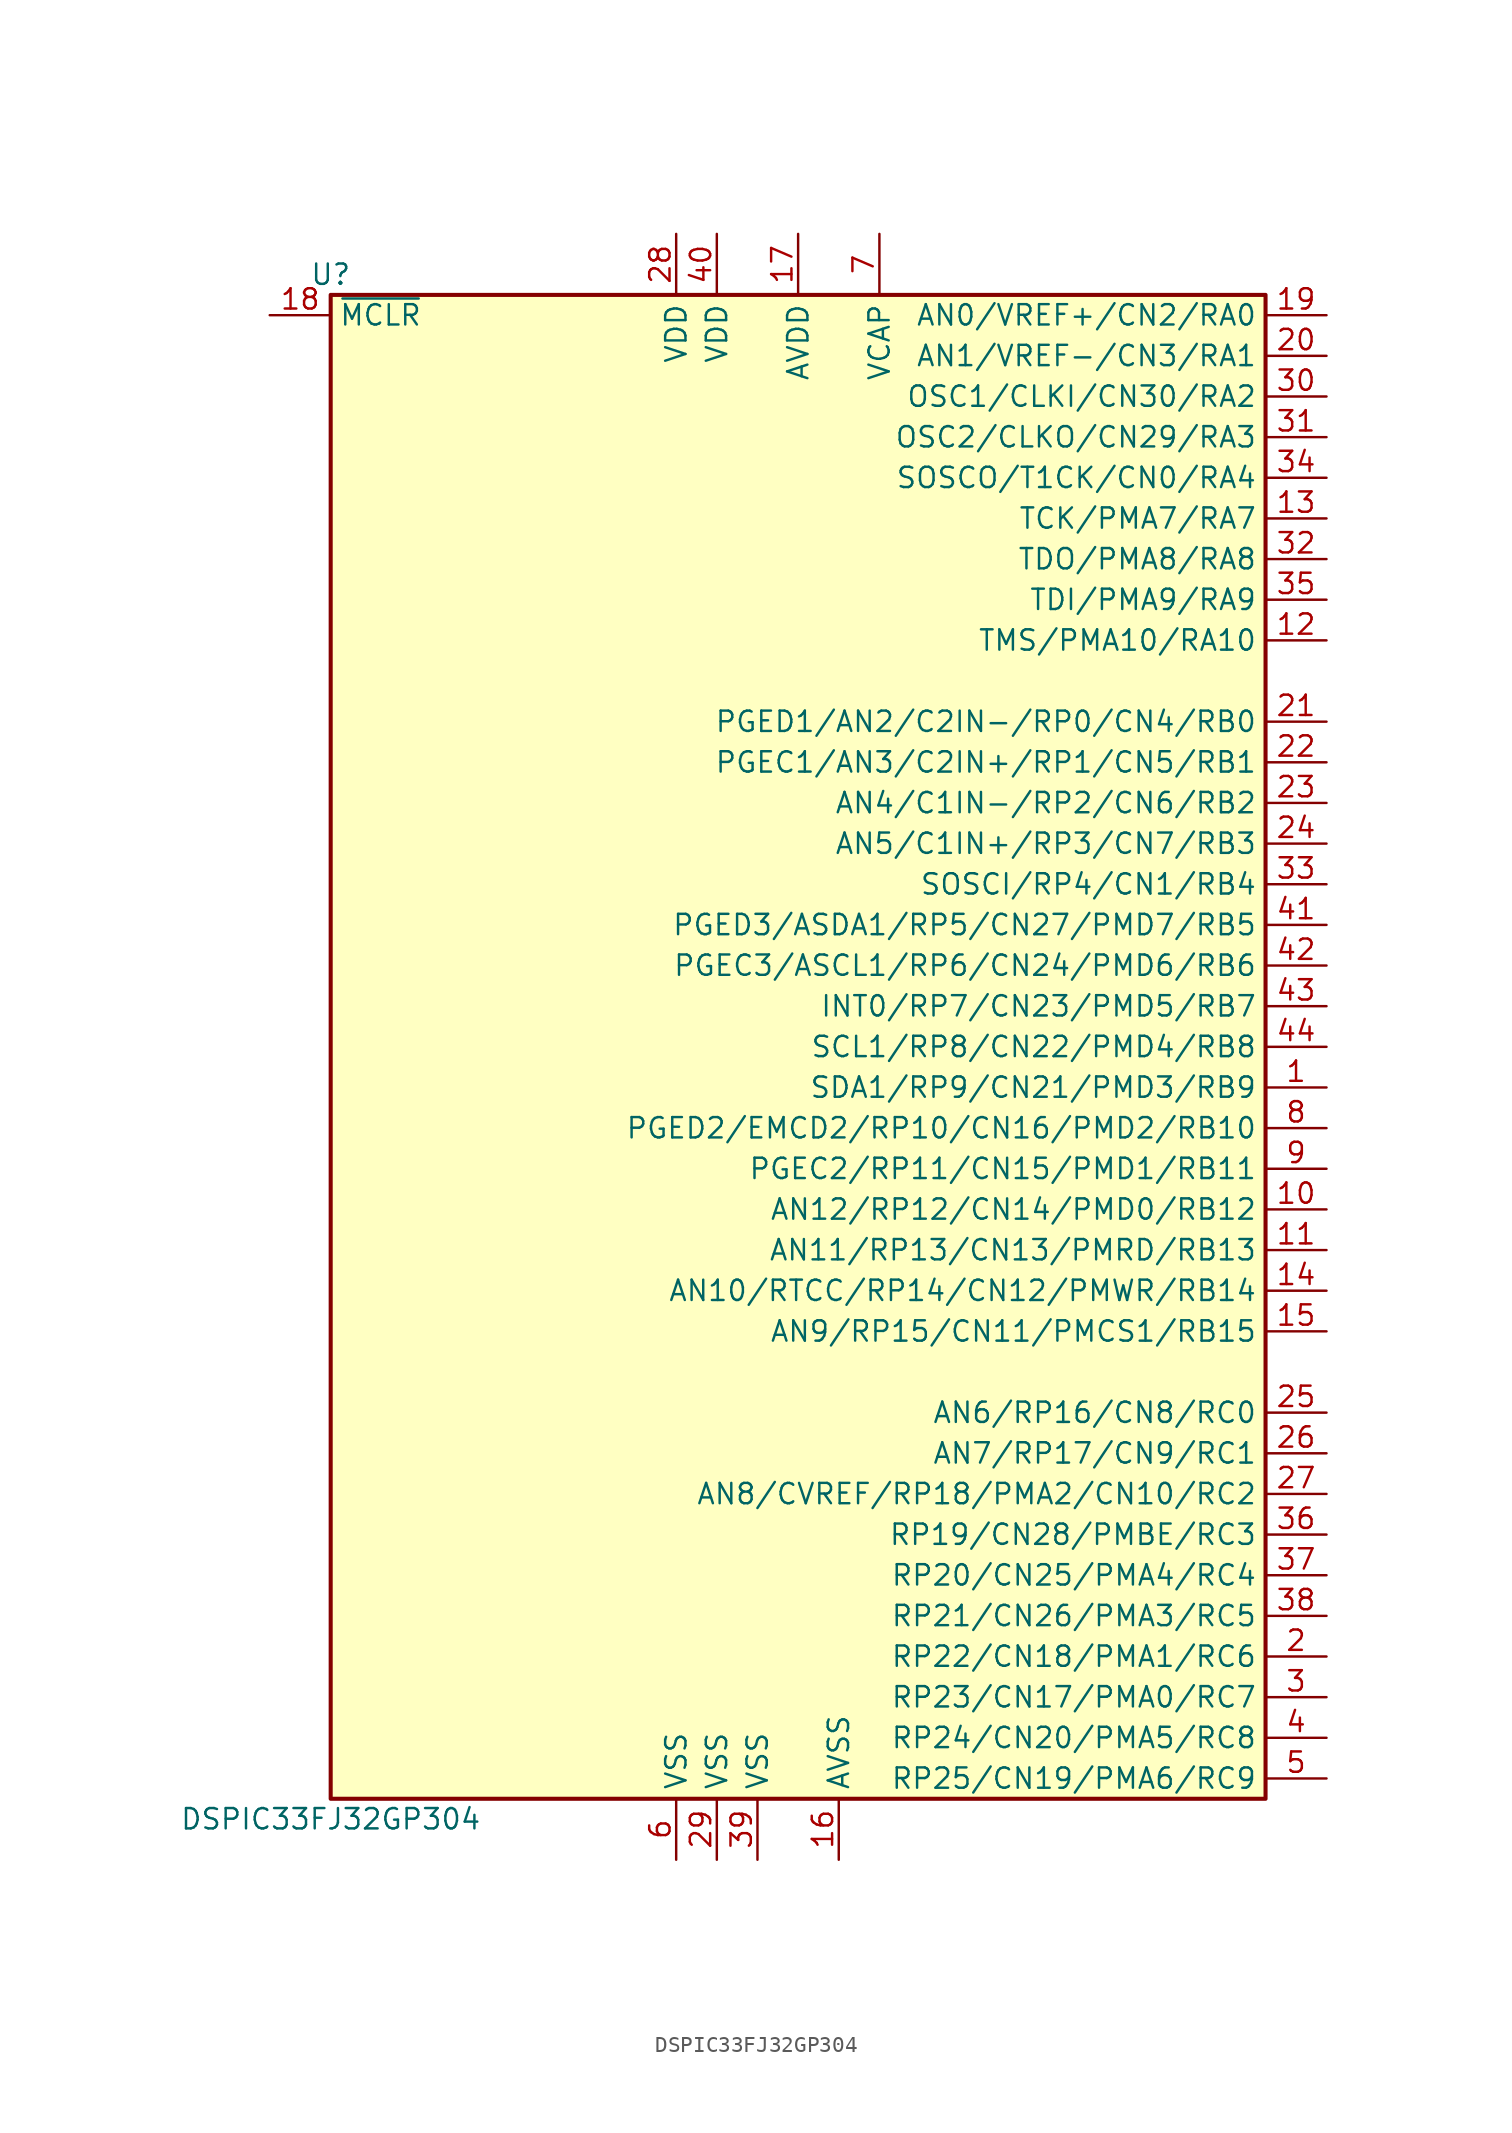
<source format=kicad_sym>
(kicad_symbol_lib
  (version 20211014)
  (generator kicad_symbol_editor)
  (symbol "DSPIC33FJ32GP304"
    (property "Reference" "U"
      (at -29.21 48.26 0)
      (effects (font (size 1.27 1.27))))
    (property "Value" "DSPIC33FJ32GP304"
      (at -29.21 -48.26 0)
      (effects (font (size 1.27 1.27))))
    (symbol "DSPIC33FJ32GP304_1_1"
      (rectangle (start -29.21 46.99) (end 29.21 -46.99) (stroke (width 0.254) (type default) (color 0 0 0 0)) (fill (type background)))
      (pin bidirectional line (at 33.02 -2.54 180) (length 3.81) (name "SDA1/RP9/CN21/PMD3/RB9" (effects (font (size 1.27 1.27)))) (number "1" (effects (font (size 1.27 1.27)))))
      (pin bidirectional line (at 33.02 -10.16 180) (length 3.81) (name "AN12/RP12/CN14/PMD0/RB12" (effects (font (size 1.27 1.27)))) (number "10" (effects (font (size 1.27 1.27)))))
      (pin bidirectional line (at 33.02 -12.7 180) (length 3.81) (name "AN11/RP13/CN13/PMRD/RB13" (effects (font (size 1.27 1.27)))) (number "11" (effects (font (size 1.27 1.27)))))
      (pin bidirectional line (at 33.02 25.4 180) (length 3.81) (name "TMS/PMA10/RA10" (effects (font (size 1.27 1.27)))) (number "12" (effects (font (size 1.27 1.27)))))
      (pin bidirectional line (at 33.02 33.02 180) (length 3.81) (name "TCK/PMA7/RA7" (effects (font (size 1.27 1.27)))) (number "13" (effects (font (size 1.27 1.27)))))
      (pin bidirectional line (at 33.02 -15.24 180) (length 3.81) (name "AN10/RTCC/RP14/CN12/PMWR/RB14" (effects (font (size 1.27 1.27)))) (number "14" (effects (font (size 1.27 1.27)))))
      (pin bidirectional line (at 33.02 -17.78 180) (length 3.81) (name "AN9/RP15/CN11/PMCS1/RB15" (effects (font (size 1.27 1.27)))) (number "15" (effects (font (size 1.27 1.27)))))
      (pin power_in line (at 2.54 -50.8 90) (length 3.81) (name "AVSS" (effects (font (size 1.27 1.27)))) (number "16" (effects (font (size 1.27 1.27)))))
      (pin power_in line (at 0 50.8 270) (length 3.81) (name "AVDD" (effects (font (size 1.27 1.27)))) (number "17" (effects (font (size 1.27 1.27)))))
      (pin input line (at -33.02 45.72 0) (length 3.81) (name "~{MCLR}" (effects (font (size 1.27 1.27)))) (number "18" (effects (font (size 1.27 1.27)))))
      (pin bidirectional line (at 33.02 45.72 180) (length 3.81) (name "AN0/VREF+/CN2/RA0" (effects (font (size 1.27 1.27)))) (number "19" (effects (font (size 1.27 1.27)))))
      (pin bidirectional line (at 33.02 -38.1 180) (length 3.81) (name "RP22/CN18/PMA1/RC6" (effects (font (size 1.27 1.27)))) (number "2" (effects (font (size 1.27 1.27)))))
      (pin bidirectional line (at 33.02 43.18 180) (length 3.81) (name "AN1/VREF-/CN3/RA1" (effects (font (size 1.27 1.27)))) (number "20" (effects (font (size 1.27 1.27)))))
      (pin bidirectional line (at 33.02 20.32 180) (length 3.81) (name "PGED1/AN2/C2IN-/RP0/CN4/RB0" (effects (font (size 1.27 1.27)))) (number "21" (effects (font (size 1.27 1.27)))))
      (pin bidirectional line (at 33.02 17.78 180) (length 3.81) (name "PGEC1/AN3/C2IN+/RP1/CN5/RB1" (effects (font (size 1.27 1.27)))) (number "22" (effects (font (size 1.27 1.27)))))
      (pin bidirectional line (at 33.02 15.24 180) (length 3.81) (name "AN4/C1IN-/RP2/CN6/RB2" (effects (font (size 1.27 1.27)))) (number "23" (effects (font (size 1.27 1.27)))))
      (pin bidirectional line (at 33.02 12.7 180) (length 3.81) (name "AN5/C1IN+/RP3/CN7/RB3" (effects (font (size 1.27 1.27)))) (number "24" (effects (font (size 1.27 1.27)))))
      (pin bidirectional line (at 33.02 -22.86 180) (length 3.81) (name "AN6/RP16/CN8/RC0" (effects (font (size 1.27 1.27)))) (number "25" (effects (font (size 1.27 1.27)))))
      (pin bidirectional line (at 33.02 -25.4 180) (length 3.81) (name "AN7/RP17/CN9/RC1" (effects (font (size 1.27 1.27)))) (number "26" (effects (font (size 1.27 1.27)))))
      (pin bidirectional line (at 33.02 -27.94 180) (length 3.81) (name "AN8/CVREF/RP18/PMA2/CN10/RC2" (effects (font (size 1.27 1.27)))) (number "27" (effects (font (size 1.27 1.27)))))
      (pin power_in line (at -7.62 50.8 270) (length 3.81) (name "VDD" (effects (font (size 1.27 1.27)))) (number "28" (effects (font (size 1.27 1.27)))))
      (pin power_in line (at -5.08 -50.8 90) (length 3.81) (name "VSS" (effects (font (size 1.27 1.27)))) (number "29" (effects (font (size 1.27 1.27)))))
      (pin bidirectional line (at 33.02 -40.64 180) (length 3.81) (name "RP23/CN17/PMA0/RC7" (effects (font (size 1.27 1.27)))) (number "3" (effects (font (size 1.27 1.27)))))
      (pin input line (at 33.02 40.64 180) (length 3.81) (name "OSC1/CLKI/CN30/RA2" (effects (font (size 1.27 1.27)))) (number "30" (effects (font (size 1.27 1.27)))))
      (pin input line (at 33.02 38.1 180) (length 3.81) (name "OSC2/CLKO/CN29/RA3" (effects (font (size 1.27 1.27)))) (number "31" (effects (font (size 1.27 1.27)))))
      (pin input line (at 33.02 30.48 180) (length 3.81) (name "TDO/PMA8/RA8" (effects (font (size 1.27 1.27)))) (number "32" (effects (font (size 1.27 1.27)))))
      (pin input line (at 33.02 10.16 180) (length 3.81) (name "SOSCI/RP4/CN1/RB4" (effects (font (size 1.27 1.27)))) (number "33" (effects (font (size 1.27 1.27)))))
      (pin input line (at 33.02 35.56 180) (length 3.81) (name "SOSCO/T1CK/CN0/RA4" (effects (font (size 1.27 1.27)))) (number "34" (effects (font (size 1.27 1.27)))))
      (pin input line (at 33.02 27.94 180) (length 3.81) (name "TDI/PMA9/RA9" (effects (font (size 1.27 1.27)))) (number "35" (effects (font (size 1.27 1.27)))))
      (pin input line (at 33.02 -30.48 180) (length 3.81) (name "RP19/CN28/PMBE/RC3" (effects (font (size 1.27 1.27)))) (number "36" (effects (font (size 1.27 1.27)))))
      (pin input line (at 33.02 -33.02 180) (length 3.81) (name "RP20/CN25/PMA4/RC4" (effects (font (size 1.27 1.27)))) (number "37" (effects (font (size 1.27 1.27)))))
      (pin input line (at 33.02 -35.56 180) (length 3.81) (name "RP21/CN26/PMA3/RC5" (effects (font (size 1.27 1.27)))) (number "38" (effects (font (size 1.27 1.27)))))
      (pin power_in line (at -2.54 -50.8 90) (length 3.81) (name "VSS" (effects (font (size 1.27 1.27)))) (number "39" (effects (font (size 1.27 1.27)))))
      (pin bidirectional line (at 33.02 -43.18 180) (length 3.81) (name "RP24/CN20/PMA5/RC8" (effects (font (size 1.27 1.27)))) (number "4" (effects (font (size 1.27 1.27)))))
      (pin power_in line (at -5.08 50.8 270) (length 3.81) (name "VDD" (effects (font (size 1.27 1.27)))) (number "40" (effects (font (size 1.27 1.27)))))
      (pin input line (at 33.02 7.62 180) (length 3.81) (name "PGED3/ASDA1/RP5/CN27/PMD7/RB5" (effects (font (size 1.27 1.27)))) (number "41" (effects (font (size 1.27 1.27)))))
      (pin input line (at 33.02 5.08 180) (length 3.81) (name "PGEC3/ASCL1/RP6/CN24/PMD6/RB6" (effects (font (size 1.27 1.27)))) (number "42" (effects (font (size 1.27 1.27)))))
      (pin input line (at 33.02 2.54 180) (length 3.81) (name "INT0/RP7/CN23/PMD5/RB7" (effects (font (size 1.27 1.27)))) (number "43" (effects (font (size 1.27 1.27)))))
      (pin input line (at 33.02 0 180) (length 3.81) (name "SCL1/RP8/CN22/PMD4/RB8" (effects (font (size 1.27 1.27)))) (number "44" (effects (font (size 1.27 1.27)))))
      (pin bidirectional line (at 33.02 -45.72 180) (length 3.81) (name "RP25/CN19/PMA6/RC9" (effects (font (size 1.27 1.27)))) (number "5" (effects (font (size 1.27 1.27)))))
      (pin power_in line (at -7.62 -50.8 90) (length 3.81) (name "VSS" (effects (font (size 1.27 1.27)))) (number "6" (effects (font (size 1.27 1.27)))))
      (pin power_in line (at 5.08 50.8 270) (length 3.81) (name "VCAP" (effects (font (size 1.27 1.27)))) (number "7" (effects (font (size 1.27 1.27)))))
      (pin bidirectional line (at 33.02 -5.08 180) (length 3.81) (name "PGED2/EMCD2/RP10/CN16/PMD2/RB10" (effects (font (size 1.27 1.27)))) (number "8" (effects (font (size 1.27 1.27)))))
      (pin bidirectional line (at 33.02 -7.62 180) (length 3.81) (name "PGEC2/RP11/CN15/PMD1/RB11" (effects (font (size 1.27 1.27)))) (number "9" (effects (font (size 1.27 1.27))))))))
</source>
